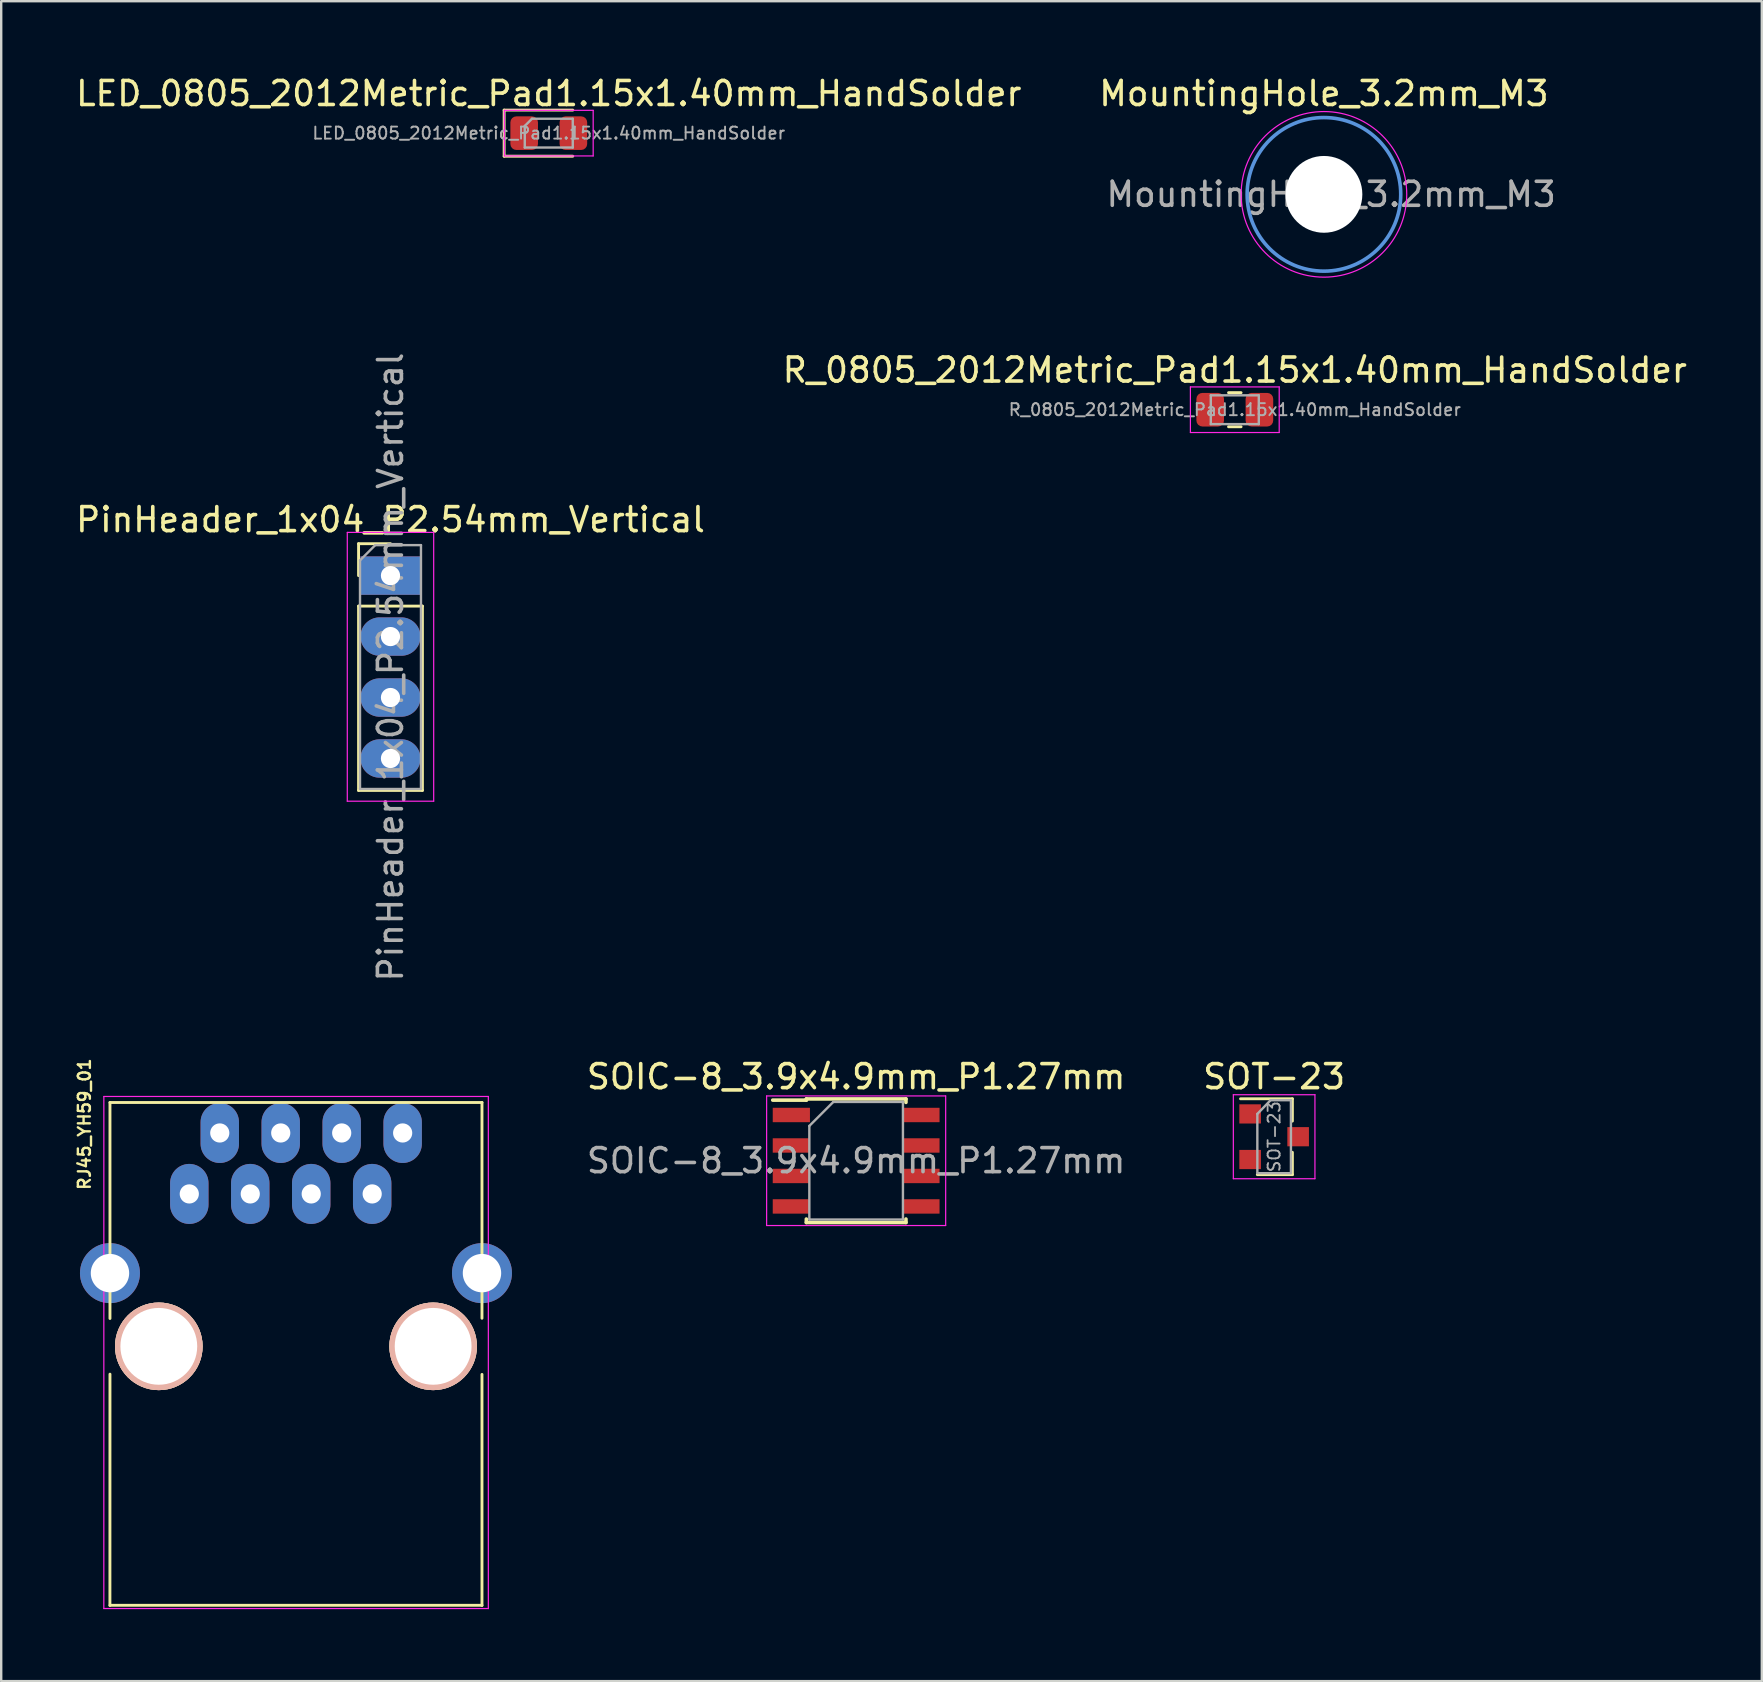
<source format=kicad_pcb>
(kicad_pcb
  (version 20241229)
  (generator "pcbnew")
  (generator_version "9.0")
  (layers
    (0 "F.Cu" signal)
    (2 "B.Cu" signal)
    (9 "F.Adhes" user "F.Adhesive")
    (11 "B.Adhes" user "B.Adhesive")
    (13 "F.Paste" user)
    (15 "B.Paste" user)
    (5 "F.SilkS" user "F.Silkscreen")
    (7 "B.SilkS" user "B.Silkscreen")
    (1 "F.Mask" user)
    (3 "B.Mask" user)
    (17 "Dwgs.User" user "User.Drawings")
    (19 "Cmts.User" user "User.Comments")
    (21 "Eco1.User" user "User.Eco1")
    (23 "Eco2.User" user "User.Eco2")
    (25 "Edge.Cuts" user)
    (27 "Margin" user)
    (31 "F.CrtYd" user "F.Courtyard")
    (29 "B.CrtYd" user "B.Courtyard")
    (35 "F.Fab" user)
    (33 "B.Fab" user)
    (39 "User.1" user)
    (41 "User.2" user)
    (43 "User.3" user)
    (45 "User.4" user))
  (footprint "RJ45_YH59_01"
    (layer "F.Cu")
    (at 4.832 46.7)
    (property "Reference" "RJ45_YH59_01" (at -4.364 -2.91 90) (layer "F.SilkS") (effects (font (size 0.5 0.5) (thickness 0.1))))
    (attr through_hole)
    (fp_line (start -3.3 -3.814) (end -3.3 5.186) (stroke (width 0.12) (type solid)) (layer "F.SilkS"))
    (fp_line (start -3.3 7.506) (end -3.302 17.145) (stroke (width 0.12) (type solid)) (layer "F.SilkS"))
    (fp_line (start -3.3 17.136) (end 12.2 17.136) (stroke (width 0.12) (type solid)) (layer "F.SilkS"))
    (fp_line (start 12.2 -3.814) (end -3.3 -3.814) (stroke (width 0.12) (type solid)) (layer "F.SilkS"))
    (fp_line (start 12.2 -3.814) (end 12.2 5.176) (stroke (width 0.12) (type solid)) (layer "F.SilkS"))
    (fp_line (start 12.2 7.516) (end 12.2 17.145) (stroke (width 0.12) (type solid)) (layer "F.SilkS"))
    (fp_line (start -3.555 -4.064) (end -3.556 17.272) (stroke (width 0.05) (type solid)) (layer "F.CrtYd"))
    (fp_line (start -3.555 -4.064) (end 12.465 -4.064) (stroke (width 0.05) (type solid)) (layer "F.CrtYd"))
    (fp_line (start 12.464 17.272) (end -3.556 17.272) (stroke (width 0.05) (type solid)) (layer "F.CrtYd"))
    (fp_line (start 12.465 17.272) (end 12.465 -4.064) (stroke (width 0.05) (type solid)) (layer "F.CrtYd"))
    (pad "" np_thru_hole circle (at -1.265 6.346) (size 3.65 3.65) (drill 3.2) (layers "*.Cu" "*.SilkS" "*.Mask"))
    (pad "" np_thru_hole circle (at 10.165 6.346) (size 3.65 3.65) (drill 3.2) (layers "*.Cu" "*.SilkS" "*.Mask"))
    (pad "1" thru_hole oval (at 0.005 -0.004) (size 1.6 2.5) (drill 0.8) (layers "*.Cu" "*.Mask"))
    (pad "2" thru_hole oval (at 1.275 -2.544) (size 1.6 2.5) (drill 0.8) (layers "*.Cu" "*.Mask"))
    (pad "3" thru_hole oval (at 2.545 -0.004) (size 1.6 2.5) (drill 0.8) (layers "*.Cu" "*.Mask"))
    (pad "4" thru_hole oval (at 3.815 -2.544) (size 1.6 2.5) (drill 0.8) (layers "*.Cu" "*.Mask"))
    (pad "5" thru_hole oval (at 5.085 -0.004) (size 1.6 2.5) (drill 0.8) (layers "*.Cu" "*.Mask"))
    (pad "6" thru_hole oval (at 6.355 -2.544) (size 1.6 2.5) (drill 0.8) (layers "*.Cu" "*.Mask"))
    (pad "7" thru_hole oval (at 7.625 -0.004) (size 1.6 2.5) (drill 0.8) (layers "*.Cu" "*.Mask"))
    (pad "8" thru_hole oval (at 8.895 -2.544) (size 1.6 2.5) (drill 0.8) (layers "*.Cu" "*.Mask"))
    (pad "9" thru_hole circle (at -3.3 3.296) (size 2.5 2.5) (drill 1.6) (layers "*.Cu" "*.Mask"))
    (pad "9" thru_hole circle (at 12.2 3.296) (size 2.5 2.5) (drill 1.6) (layers "*.Cu" "*.Mask")))
  (footprint "LED_0805_2012Metric_Pad1.15x1.40mm_HandSolder"
    (layer "F.Cu")
    (at 19.815 2.498)
    (property "Reference" "LED_0805_2012Metric_Pad1.15x1.40mm_HandSolder" (at 0 -1.65 0) (layer "F.SilkS") (effects (font (size 1 1) (thickness 0.15))))
    (attr smd)
    (fp_line (start -1.86 -0.96) (end -1.86 0.96) (stroke (width 0.12) (type solid)) (layer "F.SilkS"))
    (fp_line (start -1.86 0.96) (end 1 0.96) (stroke (width 0.12) (type solid)) (layer "F.SilkS"))
    (fp_line (start 1 -0.96) (end -1.86 -0.96) (stroke (width 0.12) (type solid)) (layer "F.SilkS"))
    (fp_line (start -1.85 -0.95) (end 1.85 -0.95) (stroke (width 0.05) (type solid)) (layer "F.CrtYd"))
    (fp_line (start -1.85 0.95) (end -1.85 -0.95) (stroke (width 0.05) (type solid)) (layer "F.CrtYd"))
    (fp_line (start 1.85 -0.95) (end 1.85 0.95) (stroke (width 0.05) (type solid)) (layer "F.CrtYd"))
    (fp_line (start 1.85 0.95) (end -1.85 0.95) (stroke (width 0.05) (type solid)) (layer "F.CrtYd"))
    (fp_line (start -1 -0.3) (end -1 0.6) (stroke (width 0.1) (type solid)) (layer "F.Fab"))
    (fp_line (start -1 0.6) (end 1 0.6) (stroke (width 0.1) (type solid)) (layer "F.Fab"))
    (fp_line (start -0.7 -0.6) (end -1 -0.3) (stroke (width 0.1) (type solid)) (layer "F.Fab"))
    (fp_line (start 1 -0.6) (end -0.7 -0.6) (stroke (width 0.1) (type solid)) (layer "F.Fab"))
    (fp_line (start 1 0.6) (end 1 -0.6) (stroke (width 0.1) (type solid)) (layer "F.Fab"))
    (fp_text user "${REFERENCE}" (at 0 0 0) (layer "F.Fab") (effects (font (size 0.5 0.5) (thickness 0.08))))
    (pad "1" smd roundrect (at -1.025 0) (size 1.15 1.4) (layers "F.Cu" "F.Mask" "F.Paste") (roundrect_rratio 0.217))
    (pad "2" smd roundrect (at 1.025 0) (size 1.15 1.4) (layers "F.Cu" "F.Mask" "F.Paste") (roundrect_rratio 0.217)))
  (footprint "PinHeader_1x04_P2.54mm_Vertical"
    (layer "F.Cu")
    (at 13.22 20.933)
    (property "Reference" "PinHeader_1x04_P2.54mm_Vertical" (at 0 -2.33 0) (layer "F.SilkS") (effects (font (size 1 1) (thickness 0.15))))
    (attr through_hole)
    (fp_line (start -1.33 -1.33) (end 0 -1.33) (stroke (width 0.12) (type solid)) (layer "F.SilkS"))
    (fp_line (start -1.33 0) (end -1.33 -1.33) (stroke (width 0.12) (type solid)) (layer "F.SilkS"))
    (fp_line (start -1.33 1.27) (end -1.33 8.95) (stroke (width 0.12) (type solid)) (layer "F.SilkS"))
    (fp_line (start -1.33 1.27) (end 1.33 1.27) (stroke (width 0.12) (type solid)) (layer "F.SilkS"))
    (fp_line (start -1.33 8.95) (end 1.33 8.95) (stroke (width 0.12) (type solid)) (layer "F.SilkS"))
    (fp_line (start 1.33 1.27) (end 1.33 8.95) (stroke (width 0.12) (type solid)) (layer "F.SilkS"))
    (fp_line (start -1.8 -1.8) (end -1.8 9.4) (stroke (width 0.05) (type solid)) (layer "F.CrtYd"))
    (fp_line (start -1.8 9.4) (end 1.8 9.4) (stroke (width 0.05) (type solid)) (layer "F.CrtYd"))
    (fp_line (start 1.8 -1.8) (end -1.8 -1.8) (stroke (width 0.05) (type solid)) (layer "F.CrtYd"))
    (fp_line (start 1.8 9.4) (end 1.8 -1.8) (stroke (width 0.05) (type solid)) (layer "F.CrtYd"))
    (fp_line (start -1.27 -0.635) (end -0.635 -1.27) (stroke (width 0.1) (type solid)) (layer "F.Fab"))
    (fp_line (start -1.27 8.89) (end -1.27 -0.635) (stroke (width 0.1) (type solid)) (layer "F.Fab"))
    (fp_line (start -0.635 -1.27) (end 1.27 -1.27) (stroke (width 0.1) (type solid)) (layer "F.Fab"))
    (fp_line (start 1.27 -1.27) (end 1.27 8.89) (stroke (width 0.1) (type solid)) (layer "F.Fab"))
    (fp_line (start 1.27 8.89) (end -1.27 8.89) (stroke (width 0.1) (type solid)) (layer "F.Fab"))
    (fp_text user "${REFERENCE}" (at 0 3.81 270) (layer "F.Fab") (effects (font (size 1 1) (thickness 0.15))))
    (pad "1" thru_hole rect (at 0 0) (size 2.5 1.6) (drill 0.8) (layers "*.Cu" "*.Mask"))
    (pad "2" thru_hole oval (at 0 2.54) (size 2.5 1.6) (drill 0.8) (layers "*.Cu" "*.Mask"))
    (pad "3" thru_hole oval (at 0 5.08) (size 2.5 1.6) (drill 0.8) (layers "*.Cu" "*.Mask"))
    (pad "4" thru_hole oval (at 0 7.62) (size 2.5 1.6) (drill 0.8) (layers "*.Cu" "*.Mask")))
  (footprint "R_0805_2012Metric_Pad1.15x1.40mm_HandSolder"
    (layer "F.Cu")
    (at 48.399 14.021)
    (property "Reference" "R_0805_2012Metric_Pad1.15x1.40mm_HandSolder" (at 0 -1.65 0) (layer "F.SilkS") (effects (font (size 1 1) (thickness 0.15))))
    (attr smd)
    (fp_line (start -0.261 -0.71) (end 0.261 -0.71) (stroke (width 0.12) (type solid)) (layer "F.SilkS"))
    (fp_line (start -0.261 0.71) (end 0.261 0.71) (stroke (width 0.12) (type solid)) (layer "F.SilkS"))
    (fp_line (start -1.85 -0.95) (end 1.85 -0.95) (stroke (width 0.05) (type solid)) (layer "F.CrtYd"))
    (fp_line (start -1.85 0.95) (end -1.85 -0.95) (stroke (width 0.05) (type solid)) (layer "F.CrtYd"))
    (fp_line (start 1.85 -0.95) (end 1.85 0.95) (stroke (width 0.05) (type solid)) (layer "F.CrtYd"))
    (fp_line (start 1.85 0.95) (end -1.85 0.95) (stroke (width 0.05) (type solid)) (layer "F.CrtYd"))
    (fp_line (start -1 -0.6) (end 1 -0.6) (stroke (width 0.1) (type solid)) (layer "F.Fab"))
    (fp_line (start -1 0.6) (end -1 -0.6) (stroke (width 0.1) (type solid)) (layer "F.Fab"))
    (fp_line (start 1 -0.6) (end 1 0.6) (stroke (width 0.1) (type solid)) (layer "F.Fab"))
    (fp_line (start 1 0.6) (end -1 0.6) (stroke (width 0.1) (type solid)) (layer "F.Fab"))
    (fp_text user "${REFERENCE}" (at 0 0 0) (layer "F.Fab") (effects (font (size 0.5 0.5) (thickness 0.08))))
    (pad "1" smd roundrect (at -1.025 0) (size 1.15 1.4) (layers "F.Cu" "F.Mask" "F.Paste") (roundrect_rratio 0.217))
    (pad "2" smd roundrect (at 1.025 0) (size 1.15 1.4) (layers "F.Cu" "F.Mask" "F.Paste") (roundrect_rratio 0.217)))
  (footprint "SOT-23"
    (layer "F.Cu")
    (at 50.038 44.312)
    (property "Reference" "SOT-23" (at 0 -2.5 180) (layer "F.SilkS") (effects (font (size 1 1) (thickness 0.15))))
    (attr smd)
    (fp_line (start 0.76 -1.58) (end -1.4 -1.58) (stroke (width 0.12) (type solid)) (layer "F.SilkS"))
    (fp_line (start 0.76 -1.58) (end 0.76 -0.65) (stroke (width 0.12) (type solid)) (layer "F.SilkS"))
    (fp_line (start 0.76 1.58) (end -0.7 1.58) (stroke (width 0.12) (type solid)) (layer "F.SilkS"))
    (fp_line (start 0.76 1.58) (end 0.76 0.65) (stroke (width 0.12) (type solid)) (layer "F.SilkS"))
    (fp_line (start -1.7 -1.75) (end 1.7 -1.75) (stroke (width 0.05) (type solid)) (layer "F.CrtYd"))
    (fp_line (start -1.7 1.75) (end -1.7 -1.75) (stroke (width 0.05) (type solid)) (layer "F.CrtYd"))
    (fp_line (start 1.7 -1.75) (end 1.7 1.75) (stroke (width 0.05) (type solid)) (layer "F.CrtYd"))
    (fp_line (start 1.7 1.75) (end -1.7 1.75) (stroke (width 0.05) (type solid)) (layer "F.CrtYd"))
    (fp_line (start -0.7 -0.95) (end -0.7 1.5) (stroke (width 0.1) (type solid)) (layer "F.Fab"))
    (fp_line (start -0.7 -0.95) (end -0.15 -1.52) (stroke (width 0.1) (type solid)) (layer "F.Fab"))
    (fp_line (start -0.7 1.52) (end 0.7 1.52) (stroke (width 0.1) (type solid)) (layer "F.Fab"))
    (fp_line (start -0.15 -1.52) (end 0.7 -1.52) (stroke (width 0.1) (type solid)) (layer "F.Fab"))
    (fp_line (start 0.7 -1.52) (end 0.7 1.52) (stroke (width 0.1) (type solid)) (layer "F.Fab"))
    (fp_text user "${REFERENCE}" (at 0 0 270) (layer "F.Fab") (effects (font (size 0.5 0.5) (thickness 0.075))))
    (pad "1" smd rect (at -1 -0.95) (size 0.9 0.8) (layers "F.Cu" "F.Mask" "F.Paste"))
    (pad "2" smd rect (at -1 0.95) (size 0.9 0.8) (layers "F.Cu" "F.Mask" "F.Paste"))
    (pad "3" smd rect (at 1 0) (size 0.9 0.8) (layers "F.Cu" "F.Mask" "F.Paste")))
  (footprint "MountingHole_3.2mm_M3"
    (layer "F.Cu")
    (at 52.113 5.048)
    (property "Reference" "MountingHole_3.2mm_M3" (at 0 -4.2 180) (layer "F.SilkS") (effects (font (size 1 1) (thickness 0.15))))
    (attr exclude_from_pos_files exclude_from_bom)
    (fp_circle (center 0 0) (end 3.2 0) (stroke (width 0.15) (type solid)) (fill no) (layer "Cmts.User"))
    (fp_circle (center 0 0) (end 3.45 0) (stroke (width 0.05) (type solid)) (fill no) (layer "F.CrtYd"))
    (fp_text user "${REFERENCE}" (at 0.3 0 180) (layer "F.Fab") (effects (font (size 1 1) (thickness 0.15))))
    (pad "" np_thru_hole circle (at 0 0) (size 3.2 3.2) (drill 3.2) (layers "*.Cu" "*.Mask")))
  (footprint "SOIC-8_3.9x4.9mm_P1.27mm"
    (layer "F.Cu")
    (at 32.622 45.312)
    (property "Reference" "SOIC-8_3.9x4.9mm_P1.27mm" (at 0 -3.5 0) (layer "F.SilkS") (effects (font (size 1 1) (thickness 0.15))))
    (attr smd)
    (fp_line (start -2.075 -2.575) (end -2.075 -2.525) (stroke (width 0.15) (type solid)) (layer "F.SilkS"))
    (fp_line (start -2.075 -2.575) (end 2.075 -2.575) (stroke (width 0.15) (type solid)) (layer "F.SilkS"))
    (fp_line (start -2.075 -2.525) (end -3.475 -2.525) (stroke (width 0.15) (type solid)) (layer "F.SilkS"))
    (fp_line (start -2.075 2.575) (end -2.075 2.43) (stroke (width 0.15) (type solid)) (layer "F.SilkS"))
    (fp_line (start -2.075 2.575) (end 2.075 2.575) (stroke (width 0.15) (type solid)) (layer "F.SilkS"))
    (fp_line (start 2.075 -2.575) (end 2.075 -2.43) (stroke (width 0.15) (type solid)) (layer "F.SilkS"))
    (fp_line (start 2.075 2.575) (end 2.075 2.43) (stroke (width 0.15) (type solid)) (layer "F.SilkS"))
    (fp_line (start -3.73 -2.7) (end -3.73 2.7) (stroke (width 0.05) (type solid)) (layer "F.CrtYd"))
    (fp_line (start -3.73 -2.7) (end 3.73 -2.7) (stroke (width 0.05) (type solid)) (layer "F.CrtYd"))
    (fp_line (start -3.73 2.7) (end 3.73 2.7) (stroke (width 0.05) (type solid)) (layer "F.CrtYd"))
    (fp_line (start 3.73 -2.7) (end 3.73 2.7) (stroke (width 0.05) (type solid)) (layer "F.CrtYd"))
    (fp_line (start -1.95 -1.45) (end -0.95 -2.45) (stroke (width 0.1) (type solid)) (layer "F.Fab"))
    (fp_line (start -1.95 2.45) (end -1.95 -1.45) (stroke (width 0.1) (type solid)) (layer "F.Fab"))
    (fp_line (start -0.95 -2.45) (end 1.95 -2.45) (stroke (width 0.1) (type solid)) (layer "F.Fab"))
    (fp_line (start 1.95 -2.45) (end 1.95 2.45) (stroke (width 0.1) (type solid)) (layer "F.Fab"))
    (fp_line (start 1.95 2.45) (end -1.95 2.45) (stroke (width 0.1) (type solid)) (layer "F.Fab"))
    (fp_text user "${REFERENCE}" (at 0 0 0) (layer "F.Fab") (effects (font (size 1 1) (thickness 0.15))))
    (pad "1" smd rect (at -2.7 -1.905) (size 1.55 0.6) (layers "F.Cu" "F.Mask" "F.Paste"))
    (pad "2" smd rect (at -2.7 -0.635) (size 1.55 0.6) (layers "F.Cu" "F.Mask" "F.Paste"))
    (pad "3" smd rect (at -2.7 0.635) (size 1.55 0.6) (layers "F.Cu" "F.Mask" "F.Paste"))
    (pad "4" smd rect (at -2.7 1.905) (size 1.55 0.6) (layers "F.Cu" "F.Mask" "F.Paste"))
    (pad "5" smd rect (at 2.7 1.905) (size 1.55 0.6) (layers "F.Cu" "F.Mask" "F.Paste"))
    (pad "6" smd rect (at 2.7 0.635) (size 1.55 0.6) (layers "F.Cu" "F.Mask" "F.Paste"))
    (pad "7" smd rect (at 2.7 -0.635) (size 1.55 0.6) (layers "F.Cu" "F.Mask" "F.Paste"))
    (pad "8" smd rect (at 2.7 -1.905) (size 1.55 0.6) (layers "F.Cu" "F.Mask" "F.Paste")))
  (gr_rect
    (start -3 -3)
    (end 70.357 66.997)
    (stroke (width 0.1) (type default))
    (fill no)
    (layer "Edge.Cuts")))
</source>
